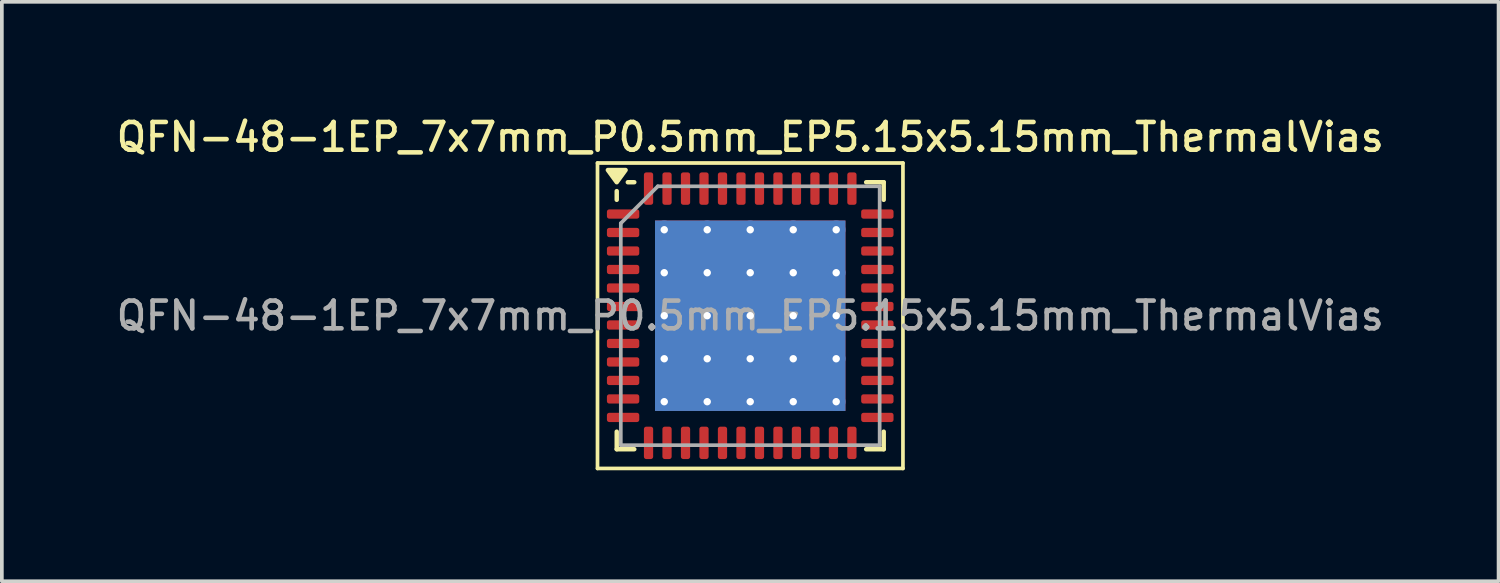
<source format=kicad_pcb>
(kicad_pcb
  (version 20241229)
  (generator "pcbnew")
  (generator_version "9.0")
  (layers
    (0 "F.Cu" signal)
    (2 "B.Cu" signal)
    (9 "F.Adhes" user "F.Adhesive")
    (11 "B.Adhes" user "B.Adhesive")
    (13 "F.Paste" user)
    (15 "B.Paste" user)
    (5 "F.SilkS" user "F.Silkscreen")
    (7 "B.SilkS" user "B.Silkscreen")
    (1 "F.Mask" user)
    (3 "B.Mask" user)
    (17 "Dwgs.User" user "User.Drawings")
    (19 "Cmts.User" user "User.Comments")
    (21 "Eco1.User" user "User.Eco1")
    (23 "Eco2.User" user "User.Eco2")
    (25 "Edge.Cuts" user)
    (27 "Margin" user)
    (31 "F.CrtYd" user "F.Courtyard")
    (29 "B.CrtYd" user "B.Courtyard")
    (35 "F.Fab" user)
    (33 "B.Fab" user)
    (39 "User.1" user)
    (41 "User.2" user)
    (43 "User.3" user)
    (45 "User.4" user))
  (footprint "QFN-48-1EP_7x7mm_P0.5mm_EP5.15x5.15mm_ThermalVias"
    (layer "F.Cu")
    (at 17.238 5.488)
    (property "Reference" "QFN-48-1EP_7x7mm_P0.5mm_EP5.15x5.15mm_ThermalVias" (at 0 -4.83 0) (layer "F.SilkS") (effects (font (size 0.75 0.75) (thickness 0.125))))
    (attr smd)
    (fp_line (start -4.13 -4.13) (end -4.13 4.13) (stroke (width 0.1) (type solid)) (layer "F.SilkS"))
    (fp_line (start -4.13 4.13) (end 4.13 4.13) (stroke (width 0.1) (type solid)) (layer "F.SilkS"))
    (fp_line (start -3.61 -3.135) (end -3.61 -3.37) (stroke (width 0.12) (type solid)) (layer "F.SilkS"))
    (fp_line (start -3.61 3.61) (end -3.61 3.135) (stroke (width 0.12) (type solid)) (layer "F.SilkS"))
    (fp_line (start -3.135 -3.61) (end -3.31 -3.61) (stroke (width 0.12) (type solid)) (layer "F.SilkS"))
    (fp_line (start -3.135 3.61) (end -3.61 3.61) (stroke (width 0.12) (type solid)) (layer "F.SilkS"))
    (fp_line (start 3.135 -3.61) (end 3.61 -3.61) (stroke (width 0.12) (type solid)) (layer "F.SilkS"))
    (fp_line (start 3.135 3.61) (end 3.61 3.61) (stroke (width 0.12) (type solid)) (layer "F.SilkS"))
    (fp_line (start 3.61 -3.61) (end 3.61 -3.135) (stroke (width 0.12) (type solid)) (layer "F.SilkS"))
    (fp_line (start 3.61 3.61) (end 3.61 3.135) (stroke (width 0.12) (type solid)) (layer "F.SilkS"))
    (fp_line (start 4.13 -4.13) (end -4.13 -4.13) (stroke (width 0.1) (type solid)) (layer "F.SilkS"))
    (fp_line (start 4.13 4.13) (end 4.13 -4.13) (stroke (width 0.1) (type solid)) (layer "F.SilkS"))
    (fp_poly (pts (xy -3.61 -3.61) (xy -3.85 -3.94) (xy -3.37 -3.94) (xy -3.61 -3.61)) (stroke (width 0.12) (type solid)) (fill yes) (layer "F.SilkS"))
    (fp_line (start -3.5 -2.5) (end -2.5 -3.5) (stroke (width 0.1) (type solid)) (layer "F.Fab"))
    (fp_line (start -3.5 3.5) (end -3.5 -2.5) (stroke (width 0.1) (type solid)) (layer "F.Fab"))
    (fp_line (start -2.5 -3.5) (end 3.5 -3.5) (stroke (width 0.1) (type solid)) (layer "F.Fab"))
    (fp_line (start 3.5 -3.5) (end 3.5 3.5) (stroke (width 0.1) (type solid)) (layer "F.Fab"))
    (fp_line (start 3.5 3.5) (end -3.5 3.5) (stroke (width 0.1) (type solid)) (layer "F.Fab"))
    (fp_text user "${REFERENCE}" (at 0 0 0) (layer "F.Fab") (effects (font (size 0.75 0.75) (thickness 0.125))))
    (pad "" smd roundrect (at -1.744 -1.744) (size 0.997 0.997) (layers "F.Paste") (roundrect_rratio 0.25))
    (pad "" smd roundrect (at -1.744 -0.581) (size 0.997 0.997) (layers "F.Paste") (roundrect_rratio 0.25))
    (pad "" smd roundrect (at -1.744 0.581) (size 0.997 0.997) (layers "F.Paste") (roundrect_rratio 0.25))
    (pad "" smd roundrect (at -1.744 1.744) (size 0.997 0.997) (layers "F.Paste") (roundrect_rratio 0.25))
    (pad "" smd roundrect (at -0.581 -1.744) (size 0.997 0.997) (layers "F.Paste") (roundrect_rratio 0.25))
    (pad "" smd roundrect (at -0.581 -0.581) (size 0.997 0.997) (layers "F.Paste") (roundrect_rratio 0.25))
    (pad "" smd roundrect (at -0.581 0.581) (size 0.997 0.997) (layers "F.Paste") (roundrect_rratio 0.25))
    (pad "" smd roundrect (at -0.581 1.744) (size 0.997 0.997) (layers "F.Paste") (roundrect_rratio 0.25))
    (pad "" smd roundrect (at 0.581 -1.744) (size 0.997 0.997) (layers "F.Paste") (roundrect_rratio 0.25))
    (pad "" smd roundrect (at 0.581 -0.581) (size 0.997 0.997) (layers "F.Paste") (roundrect_rratio 0.25))
    (pad "" smd roundrect (at 0.581 0.581) (size 0.997 0.997) (layers "F.Paste") (roundrect_rratio 0.25))
    (pad "" smd roundrect (at 0.581 1.744) (size 0.997 0.997) (layers "F.Paste") (roundrect_rratio 0.25))
    (pad "" smd roundrect (at 1.744 -1.744) (size 0.997 0.997) (layers "F.Paste") (roundrect_rratio 0.25))
    (pad "" smd roundrect (at 1.744 -0.581) (size 0.997 0.997) (layers "F.Paste") (roundrect_rratio 0.25))
    (pad "" smd roundrect (at 1.744 0.581) (size 0.997 0.997) (layers "F.Paste") (roundrect_rratio 0.25))
    (pad "" smd roundrect (at 1.744 1.744) (size 0.997 0.997) (layers "F.Paste") (roundrect_rratio 0.25))
    (pad "1" smd roundrect (at -3.438 -2.75) (size 0.875 0.25) (layers "F.Cu" "F.Mask" "F.Paste") (roundrect_rratio 0.25))
    (pad "2" smd roundrect (at -3.438 -2.25) (size 0.875 0.25) (layers "F.Cu" "F.Mask" "F.Paste") (roundrect_rratio 0.25))
    (pad "3" smd roundrect (at -3.438 -1.75) (size 0.875 0.25) (layers "F.Cu" "F.Mask" "F.Paste") (roundrect_rratio 0.25))
    (pad "4" smd roundrect (at -3.438 -1.25) (size 0.875 0.25) (layers "F.Cu" "F.Mask" "F.Paste") (roundrect_rratio 0.25))
    (pad "5" smd roundrect (at -3.438 -0.75) (size 0.875 0.25) (layers "F.Cu" "F.Mask" "F.Paste") (roundrect_rratio 0.25))
    (pad "6" smd roundrect (at -3.438 -0.25) (size 0.875 0.25) (layers "F.Cu" "F.Mask" "F.Paste") (roundrect_rratio 0.25))
    (pad "7" smd roundrect (at -3.438 0.25) (size 0.875 0.25) (layers "F.Cu" "F.Mask" "F.Paste") (roundrect_rratio 0.25))
    (pad "8" smd roundrect (at -3.438 0.75) (size 0.875 0.25) (layers "F.Cu" "F.Mask" "F.Paste") (roundrect_rratio 0.25))
    (pad "9" smd roundrect (at -3.438 1.25) (size 0.875 0.25) (layers "F.Cu" "F.Mask" "F.Paste") (roundrect_rratio 0.25))
    (pad "10" smd roundrect (at -3.438 1.75) (size 0.875 0.25) (layers "F.Cu" "F.Mask" "F.Paste") (roundrect_rratio 0.25))
    (pad "11" smd roundrect (at -3.438 2.25) (size 0.875 0.25) (layers "F.Cu" "F.Mask" "F.Paste") (roundrect_rratio 0.25))
    (pad "12" smd roundrect (at -3.438 2.75) (size 0.875 0.25) (layers "F.Cu" "F.Mask" "F.Paste") (roundrect_rratio 0.25))
    (pad "13" smd roundrect (at -2.75 3.438) (size 0.25 0.875) (layers "F.Cu" "F.Mask" "F.Paste") (roundrect_rratio 0.25))
    (pad "14" smd roundrect (at -2.25 3.438) (size 0.25 0.875) (layers "F.Cu" "F.Mask" "F.Paste") (roundrect_rratio 0.25))
    (pad "15" smd roundrect (at -1.75 3.438) (size 0.25 0.875) (layers "F.Cu" "F.Mask" "F.Paste") (roundrect_rratio 0.25))
    (pad "16" smd roundrect (at -1.25 3.438) (size 0.25 0.875) (layers "F.Cu" "F.Mask" "F.Paste") (roundrect_rratio 0.25))
    (pad "17" smd roundrect (at -0.75 3.438) (size 0.25 0.875) (layers "F.Cu" "F.Mask" "F.Paste") (roundrect_rratio 0.25))
    (pad "18" smd roundrect (at -0.25 3.438) (size 0.25 0.875) (layers "F.Cu" "F.Mask" "F.Paste") (roundrect_rratio 0.25))
    (pad "19" smd roundrect (at 0.25 3.438) (size 0.25 0.875) (layers "F.Cu" "F.Mask" "F.Paste") (roundrect_rratio 0.25))
    (pad "20" smd roundrect (at 0.75 3.438) (size 0.25 0.875) (layers "F.Cu" "F.Mask" "F.Paste") (roundrect_rratio 0.25))
    (pad "21" smd roundrect (at 1.25 3.438) (size 0.25 0.875) (layers "F.Cu" "F.Mask" "F.Paste") (roundrect_rratio 0.25))
    (pad "22" smd roundrect (at 1.75 3.438) (size 0.25 0.875) (layers "F.Cu" "F.Mask" "F.Paste") (roundrect_rratio 0.25))
    (pad "23" smd roundrect (at 2.25 3.438) (size 0.25 0.875) (layers "F.Cu" "F.Mask" "F.Paste") (roundrect_rratio 0.25))
    (pad "24" smd roundrect (at 2.75 3.438) (size 0.25 0.875) (layers "F.Cu" "F.Mask" "F.Paste") (roundrect_rratio 0.25))
    (pad "25" smd roundrect (at 3.438 2.75) (size 0.875 0.25) (layers "F.Cu" "F.Mask" "F.Paste") (roundrect_rratio 0.25))
    (pad "26" smd roundrect (at 3.438 2.25) (size 0.875 0.25) (layers "F.Cu" "F.Mask" "F.Paste") (roundrect_rratio 0.25))
    (pad "27" smd roundrect (at 3.438 1.75) (size 0.875 0.25) (layers "F.Cu" "F.Mask" "F.Paste") (roundrect_rratio 0.25))
    (pad "28" smd roundrect (at 3.438 1.25) (size 0.875 0.25) (layers "F.Cu" "F.Mask" "F.Paste") (roundrect_rratio 0.25))
    (pad "29" smd roundrect (at 3.438 0.75) (size 0.875 0.25) (layers "F.Cu" "F.Mask" "F.Paste") (roundrect_rratio 0.25))
    (pad "30" smd roundrect (at 3.438 0.25) (size 0.875 0.25) (layers "F.Cu" "F.Mask" "F.Paste") (roundrect_rratio 0.25))
    (pad "31" smd roundrect (at 3.438 -0.25) (size 0.875 0.25) (layers "F.Cu" "F.Mask" "F.Paste") (roundrect_rratio 0.25))
    (pad "32" smd roundrect (at 3.438 -0.75) (size 0.875 0.25) (layers "F.Cu" "F.Mask" "F.Paste") (roundrect_rratio 0.25))
    (pad "33" smd roundrect (at 3.438 -1.25) (size 0.875 0.25) (layers "F.Cu" "F.Mask" "F.Paste") (roundrect_rratio 0.25))
    (pad "34" smd roundrect (at 3.438 -1.75) (size 0.875 0.25) (layers "F.Cu" "F.Mask" "F.Paste") (roundrect_rratio 0.25))
    (pad "35" smd roundrect (at 3.438 -2.25) (size 0.875 0.25) (layers "F.Cu" "F.Mask" "F.Paste") (roundrect_rratio 0.25))
    (pad "36" smd roundrect (at 3.438 -2.75) (size 0.875 0.25) (layers "F.Cu" "F.Mask" "F.Paste") (roundrect_rratio 0.25))
    (pad "37" smd roundrect (at 2.75 -3.438) (size 0.25 0.875) (layers "F.Cu" "F.Mask" "F.Paste") (roundrect_rratio 0.25))
    (pad "38" smd roundrect (at 2.25 -3.438) (size 0.25 0.875) (layers "F.Cu" "F.Mask" "F.Paste") (roundrect_rratio 0.25))
    (pad "39" smd roundrect (at 1.75 -3.438) (size 0.25 0.875) (layers "F.Cu" "F.Mask" "F.Paste") (roundrect_rratio 0.25))
    (pad "40" smd roundrect (at 1.25 -3.438) (size 0.25 0.875) (layers "F.Cu" "F.Mask" "F.Paste") (roundrect_rratio 0.25))
    (pad "41" smd roundrect (at 0.75 -3.438) (size 0.25 0.875) (layers "F.Cu" "F.Mask" "F.Paste") (roundrect_rratio 0.25))
    (pad "42" smd roundrect (at 0.25 -3.438) (size 0.25 0.875) (layers "F.Cu" "F.Mask" "F.Paste") (roundrect_rratio 0.25))
    (pad "43" smd roundrect (at -0.25 -3.438) (size 0.25 0.875) (layers "F.Cu" "F.Mask" "F.Paste") (roundrect_rratio 0.25))
    (pad "44" smd roundrect (at -0.75 -3.438) (size 0.25 0.875) (layers "F.Cu" "F.Mask" "F.Paste") (roundrect_rratio 0.25))
    (pad "45" smd roundrect (at -1.25 -3.438) (size 0.25 0.875) (layers "F.Cu" "F.Mask" "F.Paste") (roundrect_rratio 0.25))
    (pad "46" smd roundrect (at -1.75 -3.438) (size 0.25 0.875) (layers "F.Cu" "F.Mask" "F.Paste") (roundrect_rratio 0.25))
    (pad "47" smd roundrect (at -2.25 -3.438) (size 0.25 0.875) (layers "F.Cu" "F.Mask" "F.Paste") (roundrect_rratio 0.25))
    (pad "48" smd roundrect (at -2.75 -3.438) (size 0.25 0.875) (layers "F.Cu" "F.Mask" "F.Paste") (roundrect_rratio 0.25))
    (pad "49" thru_hole circle (at -2.325 -2.325) (size 0.5 0.5) (drill 0.2) (property pad_prop_heatsink) (layers "*.Cu"))
    (pad "49" thru_hole circle (at -2.325 -1.163) (size 0.5 0.5) (drill 0.2) (property pad_prop_heatsink) (layers "*.Cu"))
    (pad "49" thru_hole circle (at -2.325 0) (size 0.5 0.5) (drill 0.2) (property pad_prop_heatsink) (layers "*.Cu"))
    (pad "49" thru_hole circle (at -2.325 1.163) (size 0.5 0.5) (drill 0.2) (property pad_prop_heatsink) (layers "*.Cu"))
    (pad "49" thru_hole circle (at -2.325 2.325) (size 0.5 0.5) (drill 0.2) (property pad_prop_heatsink) (layers "*.Cu"))
    (pad "49" thru_hole circle (at -1.163 -2.325) (size 0.5 0.5) (drill 0.2) (property pad_prop_heatsink) (layers "*.Cu"))
    (pad "49" thru_hole circle (at -1.163 -1.163) (size 0.5 0.5) (drill 0.2) (property pad_prop_heatsink) (layers "*.Cu"))
    (pad "49" thru_hole circle (at -1.163 0) (size 0.5 0.5) (drill 0.2) (property pad_prop_heatsink) (layers "*.Cu"))
    (pad "49" thru_hole circle (at -1.163 1.163) (size 0.5 0.5) (drill 0.2) (property pad_prop_heatsink) (layers "*.Cu"))
    (pad "49" thru_hole circle (at -1.163 2.325) (size 0.5 0.5) (drill 0.2) (property pad_prop_heatsink) (layers "*.Cu"))
    (pad "49" thru_hole circle (at 0 -2.325) (size 0.5 0.5) (drill 0.2) (property pad_prop_heatsink) (layers "*.Cu"))
    (pad "49" thru_hole circle (at 0 -1.163) (size 0.5 0.5) (drill 0.2) (property pad_prop_heatsink) (layers "*.Cu"))
    (pad "49" thru_hole circle (at 0 0) (size 0.5 0.5) (drill 0.2) (property pad_prop_heatsink) (layers "*.Cu"))
    (pad "49" smd rect (at 0 0) (size 5.15 5.15) (property pad_prop_heatsink) (layers "F.Cu" "F.Mask"))
    (pad "49" smd rect (at 0 0) (size 5.15 5.15) (property pad_prop_heatsink) (layers "B.Cu"))
    (pad "49" thru_hole circle (at 0 1.163) (size 0.5 0.5) (drill 0.2) (property pad_prop_heatsink) (layers "*.Cu"))
    (pad "49" thru_hole circle (at 0 2.325) (size 0.5 0.5) (drill 0.2) (property pad_prop_heatsink) (layers "*.Cu"))
    (pad "49" thru_hole circle (at 1.163 -2.325) (size 0.5 0.5) (drill 0.2) (property pad_prop_heatsink) (layers "*.Cu"))
    (pad "49" thru_hole circle (at 1.163 -1.163) (size 0.5 0.5) (drill 0.2) (property pad_prop_heatsink) (layers "*.Cu"))
    (pad "49" thru_hole circle (at 1.163 0) (size 0.5 0.5) (drill 0.2) (property pad_prop_heatsink) (layers "*.Cu"))
    (pad "49" thru_hole circle (at 1.163 1.163) (size 0.5 0.5) (drill 0.2) (property pad_prop_heatsink) (layers "*.Cu"))
    (pad "49" thru_hole circle (at 1.163 2.325) (size 0.5 0.5) (drill 0.2) (property pad_prop_heatsink) (layers "*.Cu"))
    (pad "49" thru_hole circle (at 2.325 -2.325) (size 0.5 0.5) (drill 0.2) (property pad_prop_heatsink) (layers "*.Cu"))
    (pad "49" thru_hole circle (at 2.325 -1.163) (size 0.5 0.5) (drill 0.2) (property pad_prop_heatsink) (layers "*.Cu"))
    (pad "49" thru_hole circle (at 2.325 0) (size 0.5 0.5) (drill 0.2) (property pad_prop_heatsink) (layers "*.Cu"))
    (pad "49" thru_hole circle (at 2.325 1.163) (size 0.5 0.5) (drill 0.2) (property pad_prop_heatsink) (layers "*.Cu"))
    (pad "49" thru_hole circle (at 2.325 2.325) (size 0.5 0.5) (drill 0.2) (property pad_prop_heatsink) (layers "*.Cu")))
  (gr_rect
    (start -3 -3)
    (end 37.475 12.668)
    (stroke (width 0.1) (type default))
    (fill no)
    (layer "Edge.Cuts")))
</source>
